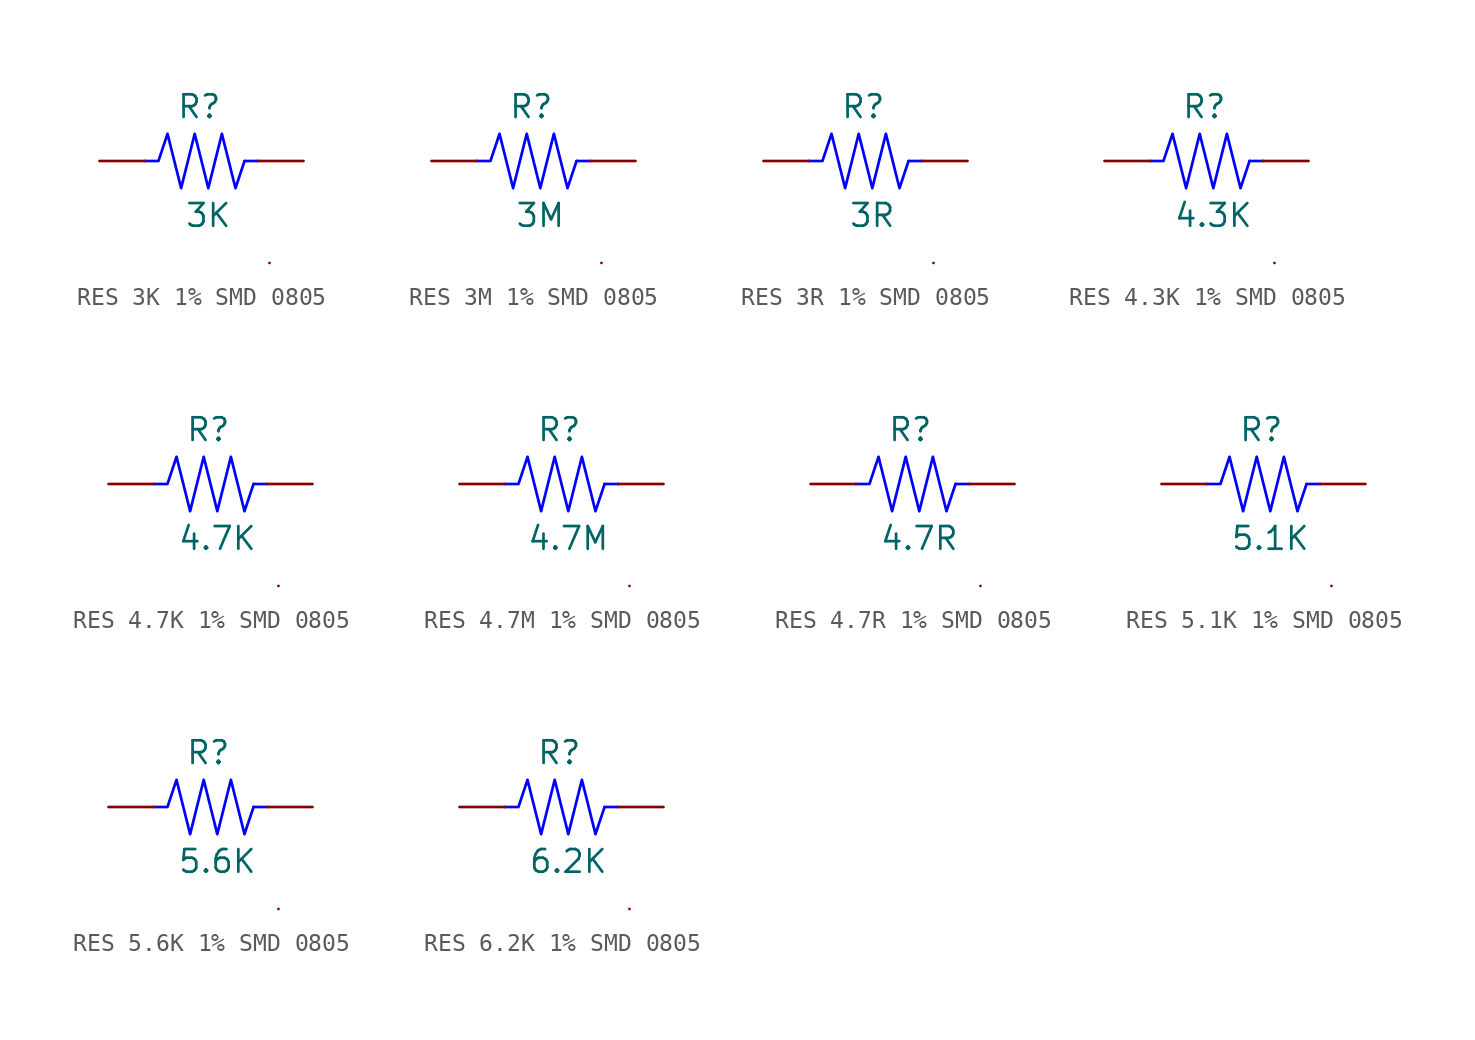
<source format=kicad_sym>
(kicad_symbol_lib
  (version 20231120)
  (generator "kicad_symbol_editor")
  (generator_version "8.0")
  (symbol "RES 3K 1% SMD 0805"
    (pin_numbers hide)
    (pin_names
      (offset 0) hide)
    (property "Reference" "R"
      (at -0.762 3.048 0)
      (effects (font (size 1.27 1.27))))
    (property "Value" "3K"
      (at -0.254 -3.048 0)
      (effects (font (size 1.27 1.27))))
    (symbol "RES 3K 1% SMD 0805_0_1"
      (polyline (pts (xy 1.778 0) (xy 2.54 0)) (stroke (width 0) (type default) (color 0 0 255 1)) (fill (type none)))
      (polyline (pts (xy 3.175 -5.715) (xy 3.175 -5.715)) (stroke (width 0) (type default)) (fill (type none)))
      (polyline (pts (xy -3.81 0) (xy -3.048 0) (xy -2.54 1.524) (xy -1.778 -1.524) (xy -1.016 1.524) (xy -0.254 -1.524) (xy 0.508 1.524) (xy 1.27 -1.524) (xy 1.778 0)) (stroke (width 0) (type default) (color 0 0 255 1)) (fill (type none))))
    (symbol "RES 3K 1% SMD 0805_1_1"
      (pin passive line (at -6.35 0 0) (length 2.54) (name "1" (effects (font (size 1.27 1.27)))) (number "1" (effects (font (size 1.27 1.27)))))
      (pin passive line (at 5.08 0 180) (length 2.54) (name "2" (effects (font (size 1.27 1.27)))) (number "2" (effects (font (size 1.27 1.27)))))))
  (symbol "RES 3M 1% SMD 0805"
    (pin_numbers hide)
    (pin_names
      (offset 0) hide)
    (property "Reference" "R"
      (at -0.762 3.048 0)
      (effects (font (size 1.27 1.27))))
    (property "Value" "3M"
      (at -0.254 -3.048 0)
      (effects (font (size 1.27 1.27))))
    (symbol "RES 3M 1% SMD 0805_0_1"
      (polyline (pts (xy 1.778 0) (xy 2.54 0)) (stroke (width 0) (type default) (color 0 0 255 1)) (fill (type none)))
      (polyline (pts (xy 3.175 -5.715) (xy 3.175 -5.715)) (stroke (width 0) (type default)) (fill (type none)))
      (polyline (pts (xy -3.81 0) (xy -3.048 0) (xy -2.54 1.524) (xy -1.778 -1.524) (xy -1.016 1.524) (xy -0.254 -1.524) (xy 0.508 1.524) (xy 1.27 -1.524) (xy 1.778 0)) (stroke (width 0) (type default) (color 0 0 255 1)) (fill (type none))))
    (symbol "RES 3M 1% SMD 0805_1_1"
      (pin passive line (at -6.35 0 0) (length 2.54) (name "1" (effects (font (size 1.27 1.27)))) (number "1" (effects (font (size 1.27 1.27)))))
      (pin passive line (at 5.08 0 180) (length 2.54) (name "2" (effects (font (size 1.27 1.27)))) (number "2" (effects (font (size 1.27 1.27)))))))
  (symbol "RES 3R 1% SMD 0805"
    (pin_numbers hide)
    (pin_names
      (offset 0) hide)
    (property "Reference" "R"
      (at -0.762 3.048 0)
      (effects (font (size 1.27 1.27))))
    (property "Value" "3R"
      (at -0.254 -3.048 0)
      (effects (font (size 1.27 1.27))))
    (symbol "RES 3R 1% SMD 0805_0_1"
      (polyline (pts (xy 1.778 0) (xy 2.54 0)) (stroke (width 0) (type default) (color 0 0 255 1)) (fill (type none)))
      (polyline (pts (xy 3.175 -5.715) (xy 3.175 -5.715)) (stroke (width 0) (type default)) (fill (type none)))
      (polyline (pts (xy -3.81 0) (xy -3.048 0) (xy -2.54 1.524) (xy -1.778 -1.524) (xy -1.016 1.524) (xy -0.254 -1.524) (xy 0.508 1.524) (xy 1.27 -1.524) (xy 1.778 0)) (stroke (width 0) (type default) (color 0 0 255 1)) (fill (type none))))
    (symbol "RES 3R 1% SMD 0805_1_1"
      (pin passive line (at -6.35 0 0) (length 2.54) (name "1" (effects (font (size 1.27 1.27)))) (number "1" (effects (font (size 1.27 1.27)))))
      (pin passive line (at 5.08 0 180) (length 2.54) (name "2" (effects (font (size 1.27 1.27)))) (number "2" (effects (font (size 1.27 1.27)))))))
  (symbol "RES 4.3K 1% SMD 0805"
    (pin_numbers hide)
    (pin_names
      (offset 0) hide)
    (property "Reference" "R"
      (at -0.762 3.048 0)
      (effects (font (size 1.27 1.27))))
    (property "Value" "4.3K"
      (at -0.254 -3.048 0)
      (effects (font (size 1.27 1.27))))
    (symbol "RES 4.3K 1% SMD 0805_0_1"
      (polyline (pts (xy 1.778 0) (xy 2.54 0)) (stroke (width 0) (type default) (color 0 0 255 1)) (fill (type none)))
      (polyline (pts (xy 3.175 -5.715) (xy 3.175 -5.715)) (stroke (width 0) (type default)) (fill (type none)))
      (polyline (pts (xy -3.81 0) (xy -3.048 0) (xy -2.54 1.524) (xy -1.778 -1.524) (xy -1.016 1.524) (xy -0.254 -1.524) (xy 0.508 1.524) (xy 1.27 -1.524) (xy 1.778 0)) (stroke (width 0) (type default) (color 0 0 255 1)) (fill (type none))))
    (symbol "RES 4.3K 1% SMD 0805_1_1"
      (pin passive line (at -6.35 0 0) (length 2.54) (name "1" (effects (font (size 1.27 1.27)))) (number "1" (effects (font (size 1.27 1.27)))))
      (pin passive line (at 5.08 0 180) (length 2.54) (name "2" (effects (font (size 1.27 1.27)))) (number "2" (effects (font (size 1.27 1.27)))))))
  (symbol "RES 4.7K 1% SMD 0805"
    (pin_numbers hide)
    (pin_names
      (offset 0) hide)
    (property "Reference" "R"
      (at -0.762 3.048 0)
      (effects (font (size 1.27 1.27))))
    (property "Value" "4.7K"
      (at -0.254 -3.048 0)
      (effects (font (size 1.27 1.27))))
    (symbol "RES 4.7K 1% SMD 0805_0_1"
      (polyline (pts (xy 1.778 0) (xy 2.54 0)) (stroke (width 0) (type default) (color 0 0 255 1)) (fill (type none)))
      (polyline (pts (xy 3.175 -5.715) (xy 3.175 -5.715)) (stroke (width 0) (type default)) (fill (type none)))
      (polyline (pts (xy -3.81 0) (xy -3.048 0) (xy -2.54 1.524) (xy -1.778 -1.524) (xy -1.016 1.524) (xy -0.254 -1.524) (xy 0.508 1.524) (xy 1.27 -1.524) (xy 1.778 0)) (stroke (width 0) (type default) (color 0 0 255 1)) (fill (type none))))
    (symbol "RES 4.7K 1% SMD 0805_1_1"
      (pin passive line (at -6.35 0 0) (length 2.54) (name "1" (effects (font (size 1.27 1.27)))) (number "1" (effects (font (size 1.27 1.27)))))
      (pin passive line (at 5.08 0 180) (length 2.54) (name "2" (effects (font (size 1.27 1.27)))) (number "2" (effects (font (size 1.27 1.27)))))))
  (symbol "RES 4.7M 1% SMD 0805"
    (pin_numbers hide)
    (pin_names
      (offset 0) hide)
    (property "Reference" "R"
      (at -0.762 3.048 0)
      (effects (font (size 1.27 1.27))))
    (property "Value" "4.7M"
      (at -0.254 -3.048 0)
      (effects (font (size 1.27 1.27))))
    (symbol "RES 4.7M 1% SMD 0805_0_1"
      (polyline (pts (xy 1.778 0) (xy 2.54 0)) (stroke (width 0) (type default) (color 0 0 255 1)) (fill (type none)))
      (polyline (pts (xy 3.175 -5.715) (xy 3.175 -5.715)) (stroke (width 0) (type default)) (fill (type none)))
      (polyline (pts (xy -3.81 0) (xy -3.048 0) (xy -2.54 1.524) (xy -1.778 -1.524) (xy -1.016 1.524) (xy -0.254 -1.524) (xy 0.508 1.524) (xy 1.27 -1.524) (xy 1.778 0)) (stroke (width 0) (type default) (color 0 0 255 1)) (fill (type none))))
    (symbol "RES 4.7M 1% SMD 0805_1_1"
      (pin passive line (at -6.35 0 0) (length 2.54) (name "1" (effects (font (size 1.27 1.27)))) (number "1" (effects (font (size 1.27 1.27)))))
      (pin passive line (at 5.08 0 180) (length 2.54) (name "2" (effects (font (size 1.27 1.27)))) (number "2" (effects (font (size 1.27 1.27)))))))
  (symbol "RES 4.7R 1% SMD 0805"
    (pin_numbers hide)
    (pin_names
      (offset 0) hide)
    (property "Reference" "R"
      (at -0.762 3.048 0)
      (effects (font (size 1.27 1.27))))
    (property "Value" "4.7R"
      (at -0.254 -3.048 0)
      (effects (font (size 1.27 1.27))))
    (symbol "RES 4.7R 1% SMD 0805_0_1"
      (polyline (pts (xy 1.778 0) (xy 2.54 0)) (stroke (width 0) (type default) (color 0 0 255 1)) (fill (type none)))
      (polyline (pts (xy 3.175 -5.715) (xy 3.175 -5.715)) (stroke (width 0) (type default)) (fill (type none)))
      (polyline (pts (xy -3.81 0) (xy -3.048 0) (xy -2.54 1.524) (xy -1.778 -1.524) (xy -1.016 1.524) (xy -0.254 -1.524) (xy 0.508 1.524) (xy 1.27 -1.524) (xy 1.778 0)) (stroke (width 0) (type default) (color 0 0 255 1)) (fill (type none))))
    (symbol "RES 4.7R 1% SMD 0805_1_1"
      (pin passive line (at -6.35 0 0) (length 2.54) (name "1" (effects (font (size 1.27 1.27)))) (number "1" (effects (font (size 1.27 1.27)))))
      (pin passive line (at 5.08 0 180) (length 2.54) (name "2" (effects (font (size 1.27 1.27)))) (number "2" (effects (font (size 1.27 1.27)))))))
  (symbol "RES 5.1K 1% SMD 0805"
    (pin_numbers hide)
    (pin_names
      (offset 0) hide)
    (property "Reference" "R"
      (at -0.762 3.048 0)
      (effects (font (size 1.27 1.27))))
    (property "Value" "5.1K"
      (at -0.254 -3.048 0)
      (effects (font (size 1.27 1.27))))
    (symbol "RES 5.1K 1% SMD 0805_0_1"
      (polyline (pts (xy 1.778 0) (xy 2.54 0)) (stroke (width 0) (type default) (color 0 0 255 1)) (fill (type none)))
      (polyline (pts (xy 3.175 -5.715) (xy 3.175 -5.715)) (stroke (width 0) (type default)) (fill (type none)))
      (polyline (pts (xy -3.81 0) (xy -3.048 0) (xy -2.54 1.524) (xy -1.778 -1.524) (xy -1.016 1.524) (xy -0.254 -1.524) (xy 0.508 1.524) (xy 1.27 -1.524) (xy 1.778 0)) (stroke (width 0) (type default) (color 0 0 255 1)) (fill (type none))))
    (symbol "RES 5.1K 1% SMD 0805_1_1"
      (pin passive line (at -6.35 0 0) (length 2.54) (name "1" (effects (font (size 1.27 1.27)))) (number "1" (effects (font (size 1.27 1.27)))))
      (pin passive line (at 5.08 0 180) (length 2.54) (name "2" (effects (font (size 1.27 1.27)))) (number "2" (effects (font (size 1.27 1.27)))))))
  (symbol "RES 5.6K 1% SMD 0805"
    (pin_numbers hide)
    (pin_names
      (offset 0) hide)
    (property "Reference" "R"
      (at -0.762 3.048 0)
      (effects (font (size 1.27 1.27))))
    (property "Value" "5.6K"
      (at -0.254 -3.048 0)
      (effects (font (size 1.27 1.27))))
    (symbol "RES 5.6K 1% SMD 0805_0_1"
      (polyline (pts (xy 1.778 0) (xy 2.54 0)) (stroke (width 0) (type default) (color 0 0 255 1)) (fill (type none)))
      (polyline (pts (xy 3.175 -5.715) (xy 3.175 -5.715)) (stroke (width 0) (type default)) (fill (type none)))
      (polyline (pts (xy -3.81 0) (xy -3.048 0) (xy -2.54 1.524) (xy -1.778 -1.524) (xy -1.016 1.524) (xy -0.254 -1.524) (xy 0.508 1.524) (xy 1.27 -1.524) (xy 1.778 0)) (stroke (width 0) (type default) (color 0 0 255 1)) (fill (type none))))
    (symbol "RES 5.6K 1% SMD 0805_1_1"
      (pin passive line (at -6.35 0 0) (length 2.54) (name "1" (effects (font (size 1.27 1.27)))) (number "1" (effects (font (size 1.27 1.27)))))
      (pin passive line (at 5.08 0 180) (length 2.54) (name "2" (effects (font (size 1.27 1.27)))) (number "2" (effects (font (size 1.27 1.27)))))))
  (symbol "RES 6.2K 1% SMD 0805"
    (pin_numbers hide)
    (pin_names
      (offset 0) hide)
    (property "Reference" "R"
      (at -0.762 3.048 0)
      (effects (font (size 1.27 1.27))))
    (property "Value" "6.2K"
      (at -0.254 -3.048 0)
      (effects (font (size 1.27 1.27))))
    (symbol "RES 6.2K 1% SMD 0805_0_1"
      (polyline (pts (xy 1.778 0) (xy 2.54 0)) (stroke (width 0) (type default) (color 0 0 255 1)) (fill (type none)))
      (polyline (pts (xy 3.175 -5.715) (xy 3.175 -5.715)) (stroke (width 0) (type default)) (fill (type none)))
      (polyline (pts (xy -3.81 0) (xy -3.048 0) (xy -2.54 1.524) (xy -1.778 -1.524) (xy -1.016 1.524) (xy -0.254 -1.524) (xy 0.508 1.524) (xy 1.27 -1.524) (xy 1.778 0)) (stroke (width 0) (type default) (color 0 0 255 1)) (fill (type none))))
    (symbol "RES 6.2K 1% SMD 0805_1_1"
      (pin passive line (at -6.35 0 0) (length 2.54) (name "1" (effects (font (size 1.27 1.27)))) (number "1" (effects (font (size 1.27 1.27)))))
      (pin passive line (at 5.08 0 180) (length 2.54) (name "2" (effects (font (size 1.27 1.27)))) (number "2" (effects (font (size 1.27 1.27))))))))
</source>
